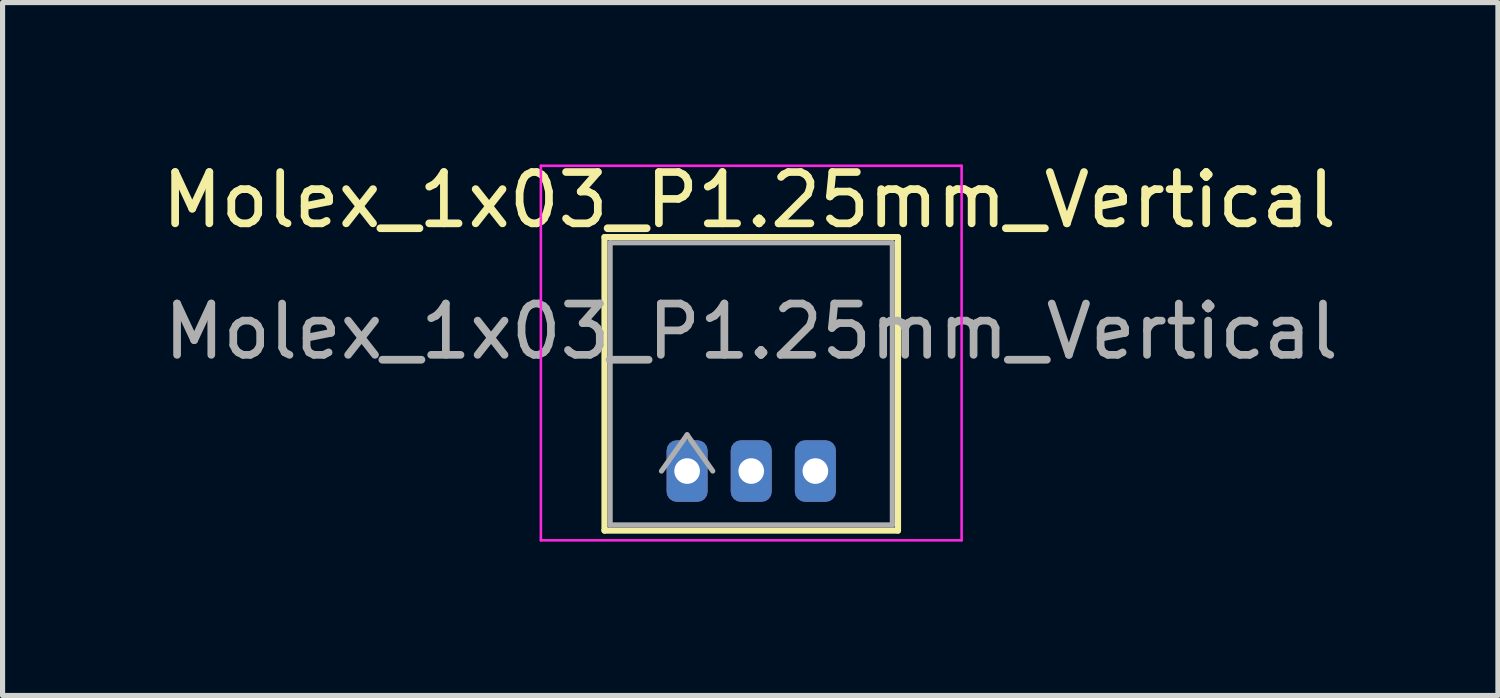
<source format=kicad_pcb>
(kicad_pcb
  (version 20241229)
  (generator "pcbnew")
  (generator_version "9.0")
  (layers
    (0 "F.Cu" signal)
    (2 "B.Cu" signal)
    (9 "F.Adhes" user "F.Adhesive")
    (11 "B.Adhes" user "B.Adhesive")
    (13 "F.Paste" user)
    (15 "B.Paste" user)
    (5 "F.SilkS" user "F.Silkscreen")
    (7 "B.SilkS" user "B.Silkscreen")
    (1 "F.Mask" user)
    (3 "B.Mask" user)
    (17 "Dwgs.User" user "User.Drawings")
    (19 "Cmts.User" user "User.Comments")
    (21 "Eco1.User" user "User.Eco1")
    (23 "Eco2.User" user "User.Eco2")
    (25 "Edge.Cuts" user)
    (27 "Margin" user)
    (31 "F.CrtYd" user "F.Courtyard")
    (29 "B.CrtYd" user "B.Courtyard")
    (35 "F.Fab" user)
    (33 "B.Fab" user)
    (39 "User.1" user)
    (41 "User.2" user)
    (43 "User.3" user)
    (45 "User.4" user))
  (footprint "Molex_1x03_P1.25mm_Vertical"
    (layer "F.Cu")
    (at 11.592 4.431)
    (property "Reference" "Molex_1x03_P1.25mm_Vertical" (at -0.038 -3.583 0) (layer "F.SilkS") (effects (font (size 1 1) (thickness 0.15))))
    (attr smd)
    (fp_line (start -2.86 -2.86) (end -2.86 2.86) (stroke (width 0.12) (type solid)) (layer "F.SilkS"))
    (fp_line (start -2.86 -2.86) (end 2.86 -2.86) (stroke (width 0.12) (type solid)) (layer "F.SilkS"))
    (fp_line (start 2.86 -2.86) (end 2.86 2.86) (stroke (width 0.12) (type solid)) (layer "F.SilkS"))
    (fp_line (start 2.86 2.86) (end -2.86 2.86) (stroke (width 0.12) (type solid)) (layer "F.SilkS"))
    (fp_line (start -4.1 -4.25) (end -4.1 3.05) (stroke (width 0.05) (type solid)) (layer "F.CrtYd"))
    (fp_line (start -4.1 3.05) (end 4.1 3.05) (stroke (width 0.05) (type solid)) (layer "F.CrtYd"))
    (fp_line (start 4.1 -4.25) (end -4.1 -4.25) (stroke (width 0.05) (type solid)) (layer "F.CrtYd"))
    (fp_line (start 4.1 3.05) (end 4.1 -4.25) (stroke (width 0.05) (type solid)) (layer "F.CrtYd"))
    (fp_line (start -2.75 -2.75) (end 2.75 -2.75) (stroke (width 0.1) (type solid)) (layer "F.Fab"))
    (fp_line (start -2.75 2.75) (end -2.75 -2.75) (stroke (width 0.1) (type solid)) (layer "F.Fab"))
    (fp_line (start -2.75 2.75) (end 2.75 2.75) (stroke (width 0.1) (type solid)) (layer "F.Fab"))
    (fp_line (start -1.75 1.7) (end -1.25 0.993) (stroke (width 0.1) (type solid)) (layer "F.Fab"))
    (fp_line (start -1.25 0.993) (end -0.75 1.7) (stroke (width 0.1) (type solid)) (layer "F.Fab"))
    (fp_line (start 2.75 2.75) (end 2.75 -2.75) (stroke (width 0.1) (type solid)) (layer "F.Fab"))
    (fp_text user "${REFERENCE}" (at 0 -1.02 0) (layer "F.Fab") (effects (font (size 1 1) (thickness 0.15))))
    (pad "1" thru_hole roundrect (at -1.25 1.7) (size 0.8 1.2) (drill 0.5) (layers "*.Cu" "*.Mask") (roundrect_rratio 0.25))
    (pad "2" thru_hole roundrect (at 0 1.7) (size 0.8 1.2) (drill 0.5) (layers "*.Cu" "*.Mask") (roundrect_rratio 0.25))
    (pad "3" thru_hole roundrect (at 1.25 1.7) (size 0.8 1.2) (drill 0.5) (layers "*.Cu" "*.Mask") (roundrect_rratio 0.25)))
  (gr_rect
    (start -3 -3)
    (end 26.145 10.506)
    (stroke (width 0.1) (type default))
    (fill no)
    (layer "Edge.Cuts")))
</source>
